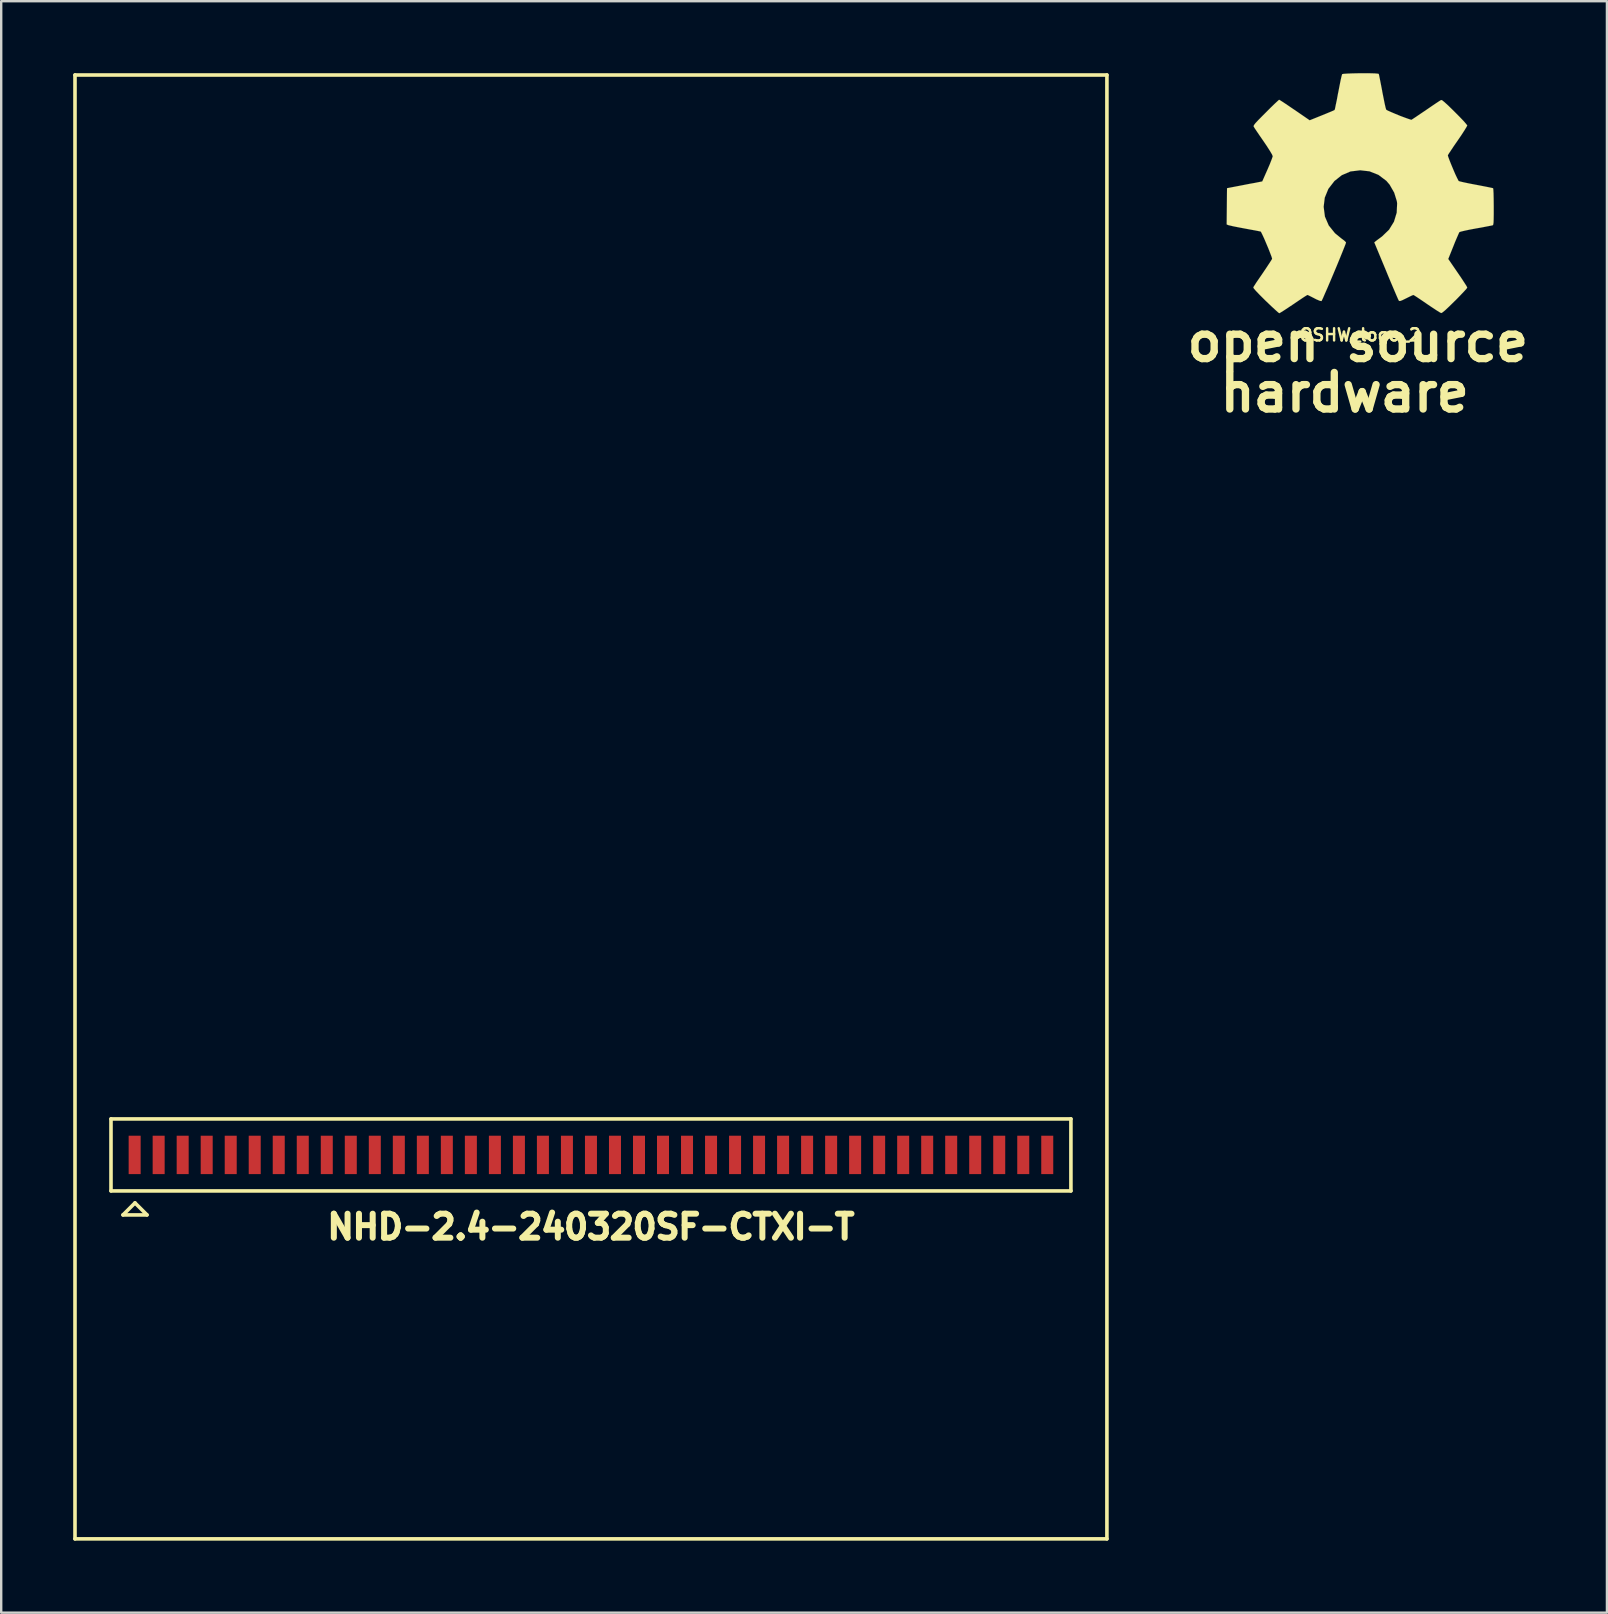
<source format=kicad_pcb>
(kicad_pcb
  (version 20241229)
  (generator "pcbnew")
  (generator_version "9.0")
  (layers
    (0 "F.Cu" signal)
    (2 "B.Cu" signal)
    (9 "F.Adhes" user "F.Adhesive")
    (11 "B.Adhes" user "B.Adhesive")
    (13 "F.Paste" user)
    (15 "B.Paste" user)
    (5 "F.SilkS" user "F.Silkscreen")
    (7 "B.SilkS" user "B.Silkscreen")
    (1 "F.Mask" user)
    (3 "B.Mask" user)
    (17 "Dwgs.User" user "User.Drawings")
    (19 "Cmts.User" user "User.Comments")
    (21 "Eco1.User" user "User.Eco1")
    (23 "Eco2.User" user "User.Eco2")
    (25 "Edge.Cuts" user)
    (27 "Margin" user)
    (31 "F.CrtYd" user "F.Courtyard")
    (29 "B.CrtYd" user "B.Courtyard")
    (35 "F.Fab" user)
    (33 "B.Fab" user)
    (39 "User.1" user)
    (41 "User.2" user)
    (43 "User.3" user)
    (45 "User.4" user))
  (footprint "NHD-2.4-240320SF-CTXI-T"
    (layer "F.Cu")
    (at 21.575 45.075)
    (property "Reference" "NHD-2.4-240320SF-CTXI-T" (at 0 3 0) (layer "F.SilkS") (effects (font (size 1 1) (thickness 0.25))))
    (attr through_hole)
    (fp_line (start -21.5 -45) (end 21.5 -45) (stroke (width 0.15) (type solid)) (layer "F.SilkS"))
    (fp_line (start -21.5 16) (end -21.5 -45) (stroke (width 0.15) (type solid)) (layer "F.SilkS"))
    (fp_line (start -20 -1.5) (end 20 -1.5) (stroke (width 0.15) (type solid)) (layer "F.SilkS"))
    (fp_line (start -20 1.5) (end -20 -1.5) (stroke (width 0.15) (type solid)) (layer "F.SilkS"))
    (fp_line (start -19.5 2.5) (end -18.5 2.5) (stroke (width 0.15) (type solid)) (layer "F.SilkS"))
    (fp_line (start -19 2) (end -19.5 2.5) (stroke (width 0.15) (type solid)) (layer "F.SilkS"))
    (fp_line (start -18.5 2.5) (end -19 2) (stroke (width 0.15) (type solid)) (layer "F.SilkS"))
    (fp_line (start 20 -1.5) (end 20 1.5) (stroke (width 0.15) (type solid)) (layer "F.SilkS"))
    (fp_line (start 20 1.5) (end -20 1.5) (stroke (width 0.15) (type solid)) (layer "F.SilkS"))
    (fp_line (start 21.5 -45) (end 21.5 16) (stroke (width 0.15) (type solid)) (layer "F.SilkS"))
    (fp_line (start 21.5 16) (end -21.5 16) (stroke (width 0.15) (type solid)) (layer "F.SilkS"))
    (pad "1" smd rect (at -19.014 0) (size 0.5 1.6) (layers "F.Cu" "F.Mask" "F.Paste"))
    (pad "2" smd rect (at -18.014 0) (size 0.5 1.6) (layers "F.Cu" "F.Mask" "F.Paste"))
    (pad "3" smd rect (at -17.013 0) (size 0.5 1.6) (layers "F.Cu" "F.Mask" "F.Paste"))
    (pad "4" smd rect (at -16.012 0) (size 0.5 1.6) (layers "F.Cu" "F.Mask" "F.Paste"))
    (pad "5" smd rect (at -15.011 0) (size 0.5 1.6) (layers "F.Cu" "F.Mask" "F.Paste"))
    (pad "6" smd rect (at -14.011 0) (size 0.5 1.6) (layers "F.Cu" "F.Mask" "F.Paste"))
    (pad "7" smd rect (at -13.01 0) (size 0.5 1.6) (layers "F.Cu" "F.Mask" "F.Paste"))
    (pad "8" smd rect (at -12.009 0) (size 0.5 1.6) (layers "F.Cu" "F.Mask" "F.Paste"))
    (pad "9" smd rect (at -11.008 0) (size 0.5 1.6) (layers "F.Cu" "F.Mask" "F.Paste"))
    (pad "10" smd rect (at -10.008 0) (size 0.5 1.6) (layers "F.Cu" "F.Mask" "F.Paste"))
    (pad "11" smd rect (at -9.007 0) (size 0.5 1.6) (layers "F.Cu" "F.Mask" "F.Paste"))
    (pad "12" smd rect (at -8.006 0) (size 0.5 1.6) (layers "F.Cu" "F.Mask" "F.Paste"))
    (pad "13" smd rect (at -7.005 0) (size 0.5 1.6) (layers "F.Cu" "F.Mask" "F.Paste"))
    (pad "14" smd rect (at -6.005 0) (size 0.5 1.6) (layers "F.Cu" "F.Mask" "F.Paste"))
    (pad "15" smd rect (at -5.004 0) (size 0.5 1.6) (layers "F.Cu" "F.Mask" "F.Paste"))
    (pad "16" smd rect (at -4.003 0) (size 0.5 1.6) (layers "F.Cu" "F.Mask" "F.Paste"))
    (pad "17" smd rect (at -3.002 0) (size 0.5 1.6) (layers "F.Cu" "F.Mask" "F.Paste"))
    (pad "18" smd rect (at -2.002 0) (size 0.5 1.6) (layers "F.Cu" "F.Mask" "F.Paste"))
    (pad "19" smd rect (at -1.001 0) (size 0.5 1.6) (layers "F.Cu" "F.Mask" "F.Paste"))
    (pad "20" smd rect (at 0 0) (size 0.5 1.6) (layers "F.Cu" "F.Mask" "F.Paste"))
    (pad "21" smd rect (at 1.001 0) (size 0.5 1.6) (layers "F.Cu" "F.Mask" "F.Paste"))
    (pad "22" smd rect (at 2.002 0) (size 0.5 1.6) (layers "F.Cu" "F.Mask" "F.Paste"))
    (pad "23" smd rect (at 3.002 0) (size 0.5 1.6) (layers "F.Cu" "F.Mask" "F.Paste"))
    (pad "24" smd rect (at 4.003 0) (size 0.5 1.6) (layers "F.Cu" "F.Mask" "F.Paste"))
    (pad "25" smd rect (at 5.004 0) (size 0.5 1.6) (layers "F.Cu" "F.Mask" "F.Paste"))
    (pad "26" smd rect (at 6.005 0) (size 0.5 1.6) (layers "F.Cu" "F.Mask" "F.Paste"))
    (pad "27" smd rect (at 7.005 0) (size 0.5 1.6) (layers "F.Cu" "F.Mask" "F.Paste"))
    (pad "28" smd rect (at 8.006 0) (size 0.5 1.6) (layers "F.Cu" "F.Mask" "F.Paste"))
    (pad "29" smd rect (at 9.007 0) (size 0.5 1.6) (layers "F.Cu" "F.Mask" "F.Paste"))
    (pad "30" smd rect (at 10.008 0) (size 0.5 1.6) (layers "F.Cu" "F.Mask" "F.Paste"))
    (pad "31" smd rect (at 11.008 0) (size 0.5 1.6) (layers "F.Cu" "F.Mask" "F.Paste"))
    (pad "32" smd rect (at 12.009 0) (size 0.5 1.6) (layers "F.Cu" "F.Mask" "F.Paste"))
    (pad "33" smd rect (at 13.01 0) (size 0.5 1.6) (layers "F.Cu" "F.Mask" "F.Paste"))
    (pad "34" smd rect (at 14.011 0) (size 0.5 1.6) (layers "F.Cu" "F.Mask" "F.Paste"))
    (pad "35" smd rect (at 15.011 0) (size 0.5 1.6) (layers "F.Cu" "F.Mask" "F.Paste"))
    (pad "36" smd rect (at 16.012 0) (size 0.5 1.6) (layers "F.Cu" "F.Mask" "F.Paste"))
    (pad "37" smd rect (at 17.013 0) (size 0.5 1.6) (layers "F.Cu" "F.Mask" "F.Paste"))
    (pad "38" smd rect (at 18.014 0) (size 0.5 1.6) (layers "F.Cu" "F.Mask" "F.Paste"))
    (pad "39" smd rect (at 19.014 0) (size 0.5 1.6) (layers "F.Cu" "F.Mask" "F.Paste")))
  (footprint "OSHW_logo_2"
    (layer "F.Cu")
    (at 53.63 5.003)
    (property "Reference" "OSHW_logo_2" (at 0 5.903 0) (layer "F.SilkS") (effects (font (size 0.508 0.508) (thickness 0.102))))
    (attr through_hole)
    (fp_poly (pts (xy -3.373 4.999) (xy -3.315 4.968) (xy -3.185 4.887) (xy -3 4.765) (xy -2.779 4.618) (xy -2.558 4.468) (xy -2.377 4.346) (xy -2.25 4.265) (xy -2.197 4.237) (xy -2.169 4.247) (xy -2.065 4.298) (xy -1.913 4.376) (xy -1.824 4.422) (xy -1.684 4.481) (xy -1.615 4.493) (xy -1.603 4.475) (xy -1.552 4.369) (xy -1.473 4.186) (xy -1.367 3.945) (xy -1.247 3.663) (xy -1.118 3.358) (xy -0.988 3.048) (xy -0.866 2.751) (xy -0.757 2.484) (xy -0.671 2.268) (xy -0.612 2.118) (xy -0.592 2.052) (xy -0.597 2.04) (xy -0.668 1.971) (xy -0.79 1.88) (xy -1.052 1.666) (xy -1.313 1.341) (xy -1.471 0.973) (xy -1.524 0.564) (xy -1.478 0.183) (xy -1.328 -0.183) (xy -1.074 -0.511) (xy -0.767 -0.754) (xy -0.406 -0.909) (xy 0 -0.958) (xy 0.389 -0.914) (xy 0.759 -0.767) (xy 1.09 -0.518) (xy 1.227 -0.358) (xy 1.417 -0.025) (xy 1.527 0.33) (xy 1.539 0.422) (xy 1.521 0.813) (xy 1.407 1.186) (xy 1.201 1.521) (xy 0.914 1.796) (xy 0.879 1.824) (xy 0.744 1.923) (xy 0.655 1.991) (xy 0.587 2.047) (xy 1.085 3.246) (xy 1.163 3.437) (xy 1.3 3.764) (xy 1.42 4.046) (xy 1.516 4.27) (xy 1.582 4.42) (xy 1.613 4.481) (xy 1.615 4.483) (xy 1.659 4.491) (xy 1.75 4.458) (xy 1.918 4.376) (xy 2.029 4.321) (xy 2.156 4.26) (xy 2.212 4.237) (xy 2.261 4.262) (xy 2.383 4.341) (xy 2.56 4.46) (xy 2.776 4.608) (xy 2.979 4.745) (xy 3.167 4.869) (xy 3.305 4.956) (xy 3.371 4.991) (xy 3.381 4.991) (xy 3.439 4.958) (xy 3.546 4.869) (xy 3.711 4.714) (xy 3.942 4.486) (xy 3.978 4.453) (xy 4.166 4.26) (xy 4.321 4.097) (xy 4.425 3.983) (xy 4.46 3.929) (xy 4.427 3.863) (xy 4.341 3.729) (xy 4.216 3.538) (xy 4.064 3.315) (xy 3.668 2.738) (xy 3.886 2.195) (xy 3.952 2.029) (xy 4.039 1.826) (xy 4.102 1.681) (xy 4.133 1.618) (xy 4.194 1.598) (xy 4.341 1.562) (xy 4.557 1.516) (xy 4.816 1.468) (xy 5.06 1.425) (xy 5.281 1.382) (xy 5.443 1.351) (xy 5.514 1.336) (xy 5.532 1.326) (xy 5.545 1.293) (xy 5.555 1.217) (xy 5.56 1.082) (xy 5.563 0.869) (xy 5.563 0.564) (xy 5.563 0.531) (xy 5.56 0.236) (xy 5.555 0.005) (xy 5.547 -0.15) (xy 5.537 -0.208) (xy 5.537 -0.211) (xy 5.469 -0.226) (xy 5.311 -0.259) (xy 5.09 -0.302) (xy 4.826 -0.353) (xy 4.808 -0.356) (xy 4.547 -0.406) (xy 4.326 -0.452) (xy 4.171 -0.488) (xy 4.105 -0.508) (xy 4.092 -0.528) (xy 4.039 -0.63) (xy 3.962 -0.792) (xy 3.876 -0.993) (xy 3.79 -1.199) (xy 3.716 -1.384) (xy 3.665 -1.524) (xy 3.65 -1.587) (xy 3.653 -1.587) (xy 3.691 -1.651) (xy 3.782 -1.788) (xy 3.909 -1.979) (xy 4.064 -2.202) (xy 4.074 -2.217) (xy 4.227 -2.441) (xy 4.348 -2.629) (xy 4.43 -2.764) (xy 4.46 -2.824) (xy 4.46 -2.827) (xy 4.409 -2.893) (xy 4.298 -3.02) (xy 4.135 -3.19) (xy 3.94 -3.386) (xy 3.879 -3.447) (xy 3.663 -3.658) (xy 3.51 -3.797) (xy 3.419 -3.871) (xy 3.373 -3.886) (xy 3.371 -3.886) (xy 3.305 -3.846) (xy 3.165 -3.754) (xy 2.974 -3.625) (xy 2.748 -3.47) (xy 2.733 -3.459) (xy 2.51 -3.31) (xy 2.324 -3.183) (xy 2.192 -3.096) (xy 2.136 -3.061) (xy 2.126 -3.061) (xy 2.035 -3.089) (xy 1.877 -3.145) (xy 1.681 -3.218) (xy 1.476 -3.302) (xy 1.29 -3.381) (xy 1.148 -3.444) (xy 1.082 -3.482) (xy 1.082 -3.485) (xy 1.057 -3.564) (xy 1.019 -3.731) (xy 0.973 -3.96) (xy 0.919 -4.232) (xy 0.912 -4.277) (xy 0.861 -4.542) (xy 0.818 -4.76) (xy 0.787 -4.912) (xy 0.772 -4.973) (xy 0.734 -4.983) (xy 0.605 -4.994) (xy 0.406 -4.999) (xy 0.168 -5.001) (xy -0.084 -4.999) (xy -0.33 -4.994) (xy -0.541 -4.986) (xy -0.691 -4.976) (xy -0.752 -4.963) (xy -0.754 -4.961) (xy -0.777 -4.877) (xy -0.815 -4.712) (xy -0.861 -4.481) (xy -0.914 -4.206) (xy -0.925 -4.158) (xy -0.973 -3.894) (xy -1.019 -3.678) (xy -1.049 -3.528) (xy -1.067 -3.47) (xy -1.09 -3.457) (xy -1.199 -3.409) (xy -1.377 -3.335) (xy -1.595 -3.246) (xy -2.106 -3.04) (xy -2.731 -3.47) (xy -2.789 -3.508) (xy -3.012 -3.66) (xy -3.198 -3.785) (xy -3.325 -3.866) (xy -3.378 -3.896) (xy -3.383 -3.894) (xy -3.444 -3.84) (xy -3.569 -3.724) (xy -3.739 -3.559) (xy -3.934 -3.363) (xy -4.079 -3.218) (xy -4.252 -3.043) (xy -4.361 -2.926) (xy -4.42 -2.85) (xy -4.442 -2.804) (xy -4.437 -2.774) (xy -4.397 -2.71) (xy -4.305 -2.573) (xy -4.176 -2.383) (xy -4.023 -2.162) (xy -3.899 -1.979) (xy -3.764 -1.768) (xy -3.675 -1.618) (xy -3.645 -1.544) (xy -3.653 -1.514) (xy -3.696 -1.392) (xy -3.769 -1.206) (xy -3.863 -0.988) (xy -4.082 -0.493) (xy -4.404 -0.429) (xy -4.602 -0.394) (xy -4.877 -0.34) (xy -5.138 -0.29) (xy -5.55 -0.211) (xy -5.565 1.298) (xy -5.502 1.326) (xy -5.441 1.341) (xy -5.288 1.377) (xy -5.07 1.42) (xy -4.816 1.468) (xy -4.597 1.509) (xy -4.376 1.549) (xy -4.219 1.58) (xy -4.148 1.595) (xy -4.13 1.618) (xy -4.077 1.725) (xy -3.998 1.895) (xy -3.912 2.098) (xy -3.823 2.309) (xy -3.747 2.504) (xy -3.691 2.652) (xy -3.67 2.731) (xy -3.701 2.786) (xy -3.785 2.916) (xy -3.907 3.101) (xy -4.054 3.32) (xy -4.204 3.538) (xy -4.331 3.724) (xy -4.417 3.858) (xy -4.455 3.919) (xy -4.437 3.962) (xy -4.348 4.067) (xy -4.183 4.239) (xy -3.94 4.481) (xy -3.899 4.519) (xy -3.703 4.707) (xy -3.538 4.859) (xy -3.424 4.961) (xy -3.373 4.999)) (stroke (width 0.003) (type solid)) (fill yes) (layer "F.SilkS"))
    (fp_text user "open source" (at -0.099 6.2 0) (layer "F.SilkS") (effects (font (size 1.524 1.524) (thickness 0.305))))
    (fp_text user "hardware" (at -0.645 8.301 0) (layer "F.SilkS") (effects (font (size 1.524 1.524) (thickness 0.305)))))
  (gr_rect
    (start -3 -3)
    (end 63.911 64.15)
    (stroke (width 0.1) (type default))
    (fill no)
    (layer "Edge.Cuts")))
</source>
